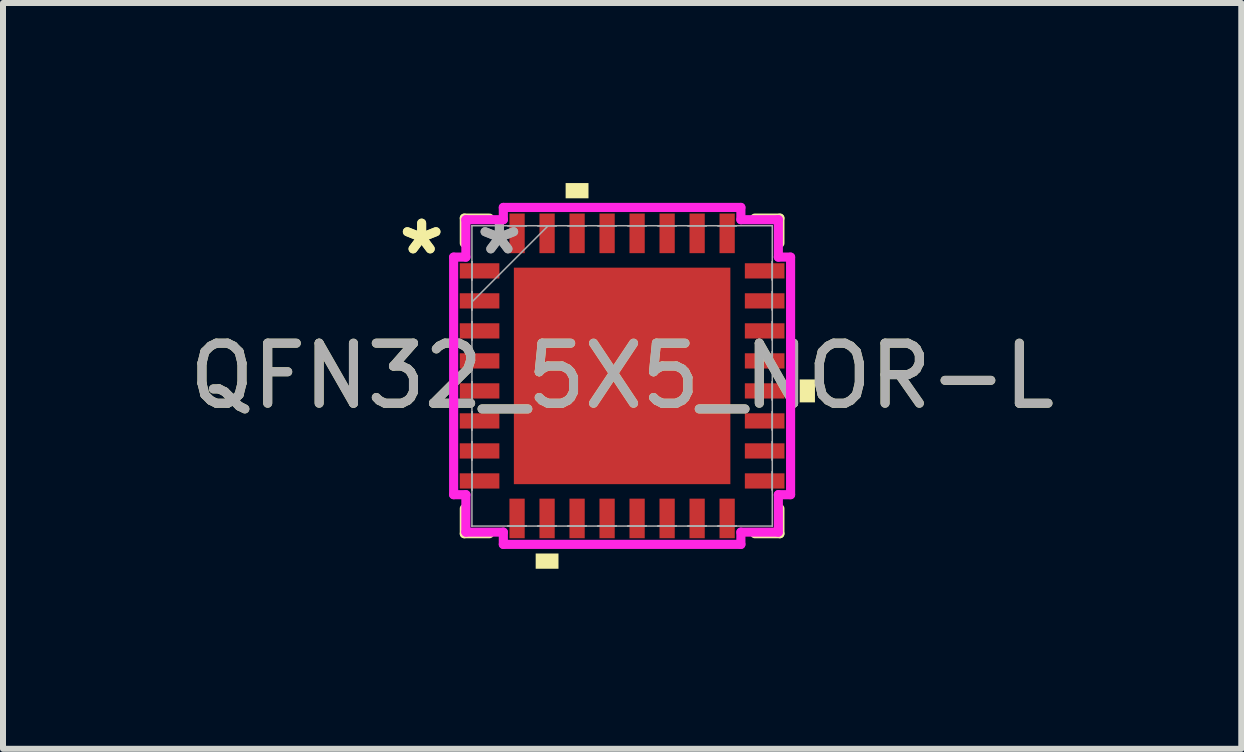
<source format=kicad_pcb>
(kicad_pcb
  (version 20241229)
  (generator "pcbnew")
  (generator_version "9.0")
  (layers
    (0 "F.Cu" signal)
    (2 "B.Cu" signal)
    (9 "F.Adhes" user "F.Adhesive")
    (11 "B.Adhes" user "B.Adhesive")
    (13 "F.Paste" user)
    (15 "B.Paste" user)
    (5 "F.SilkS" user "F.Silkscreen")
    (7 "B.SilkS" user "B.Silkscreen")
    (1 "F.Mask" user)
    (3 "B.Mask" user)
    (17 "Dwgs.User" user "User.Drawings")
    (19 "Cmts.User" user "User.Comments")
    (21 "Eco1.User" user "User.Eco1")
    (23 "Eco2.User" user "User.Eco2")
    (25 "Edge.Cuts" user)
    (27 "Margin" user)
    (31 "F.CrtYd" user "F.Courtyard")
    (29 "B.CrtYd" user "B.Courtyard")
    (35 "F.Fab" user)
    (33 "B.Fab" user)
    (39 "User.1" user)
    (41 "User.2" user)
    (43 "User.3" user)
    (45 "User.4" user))
  (footprint "QFN32_5X5_NOR-L"
    (layer "F.Cu")
    (at 7.315 3.213)
    (property "Reference" "QFN32_5X5_NOR-L" (at 0 0 0) (unlocked yes) (layer "F.SilkS") (effects (font (size 1 1) (thickness 0.15))))
    (attr smd)
    (fp_line (start -2.629 -2.629) (end -2.629 -2.21) (stroke (width 0.152) (type solid)) (layer "F.SilkS"))
    (fp_line (start -2.629 2.21) (end -2.629 2.629) (stroke (width 0.152) (type solid)) (layer "F.SilkS"))
    (fp_line (start -2.629 2.629) (end -2.21 2.629) (stroke (width 0.152) (type solid)) (layer "F.SilkS"))
    (fp_line (start -2.21 -2.629) (end -2.629 -2.629) (stroke (width 0.152) (type solid)) (layer "F.SilkS"))
    (fp_line (start 2.21 2.629) (end 2.629 2.629) (stroke (width 0.152) (type solid)) (layer "F.SilkS"))
    (fp_line (start 2.629 -2.629) (end 2.21 -2.629) (stroke (width 0.152) (type solid)) (layer "F.SilkS"))
    (fp_line (start 2.629 -2.21) (end 2.629 -2.629) (stroke (width 0.152) (type solid)) (layer "F.SilkS"))
    (fp_line (start 2.629 2.629) (end 2.629 2.21) (stroke (width 0.152) (type solid)) (layer "F.SilkS"))
    (fp_poly (pts (xy -1.44 2.959) (xy -1.44 3.213) (xy -1.06 3.213) (xy -1.06 2.959)) (stroke (width 0) (type solid)) (fill yes) (layer "F.SilkS"))
    (fp_poly (pts (xy -0.941 -2.959) (xy -0.941 -3.213) (xy -0.56 -3.213) (xy -0.56 -2.959)) (stroke (width 0) (type solid)) (fill yes) (layer "F.SilkS"))
    (fp_poly (pts (xy 3.213 0.059) (xy 3.213 0.441) (xy 2.959 0.441) (xy 2.959 0.059)) (stroke (width 0) (type solid)) (fill yes) (layer "F.SilkS"))
    (fp_poly (pts (xy -1.703 -1.703) (xy -1.703 -0.1) (xy -0.1 -0.1) (xy -0.1 -1.703)) (stroke (width 0) (type solid)) (fill yes) (layer "F.Paste"))
    (fp_poly (pts (xy -1.703 0.1) (xy -1.703 1.703) (xy -0.1 1.703) (xy -0.1 0.1)) (stroke (width 0) (type solid)) (fill yes) (layer "F.Paste"))
    (fp_poly (pts (xy 0.1 -1.703) (xy 0.1 -0.1) (xy 1.703 -0.1) (xy 1.703 -1.703)) (stroke (width 0) (type solid)) (fill yes) (layer "F.Paste"))
    (fp_poly (pts (xy 0.1 0.1) (xy 0.1 1.703) (xy 1.703 1.703) (xy 1.703 0.1)) (stroke (width 0) (type solid)) (fill yes) (layer "F.Paste"))
    (fp_line (start -2.807 -1.979) (end -2.603 -1.979) (stroke (width 0.152) (type solid)) (layer "F.CrtYd"))
    (fp_line (start -2.807 1.979) (end -2.807 -1.979) (stroke (width 0.152) (type solid)) (layer "F.CrtYd"))
    (fp_line (start -2.603 -2.603) (end -1.979 -2.603) (stroke (width 0.152) (type solid)) (layer "F.CrtYd"))
    (fp_line (start -2.603 -1.979) (end -2.603 -2.603) (stroke (width 0.152) (type solid)) (layer "F.CrtYd"))
    (fp_line (start -2.603 1.979) (end -2.807 1.979) (stroke (width 0.152) (type solid)) (layer "F.CrtYd"))
    (fp_line (start -2.603 2.603) (end -2.603 1.979) (stroke (width 0.152) (type solid)) (layer "F.CrtYd"))
    (fp_line (start -1.979 -2.807) (end 1.979 -2.807) (stroke (width 0.152) (type solid)) (layer "F.CrtYd"))
    (fp_line (start -1.979 -2.603) (end -1.979 -2.807) (stroke (width 0.152) (type solid)) (layer "F.CrtYd"))
    (fp_line (start -1.979 2.603) (end -2.603 2.603) (stroke (width 0.152) (type solid)) (layer "F.CrtYd"))
    (fp_line (start -1.979 2.807) (end -1.979 2.603) (stroke (width 0.152) (type solid)) (layer "F.CrtYd"))
    (fp_line (start 1.979 -2.807) (end 1.979 -2.603) (stroke (width 0.152) (type solid)) (layer "F.CrtYd"))
    (fp_line (start 1.979 -2.603) (end 2.603 -2.603) (stroke (width 0.152) (type solid)) (layer "F.CrtYd"))
    (fp_line (start 1.979 2.603) (end 1.979 2.807) (stroke (width 0.152) (type solid)) (layer "F.CrtYd"))
    (fp_line (start 1.979 2.807) (end -1.979 2.807) (stroke (width 0.152) (type solid)) (layer "F.CrtYd"))
    (fp_line (start 2.603 -2.603) (end 2.603 -1.979) (stroke (width 0.152) (type solid)) (layer "F.CrtYd"))
    (fp_line (start 2.603 -1.979) (end 2.807 -1.979) (stroke (width 0.152) (type solid)) (layer "F.CrtYd"))
    (fp_line (start 2.603 1.979) (end 2.603 2.603) (stroke (width 0.152) (type solid)) (layer "F.CrtYd"))
    (fp_line (start 2.603 2.603) (end 1.979 2.603) (stroke (width 0.152) (type solid)) (layer "F.CrtYd"))
    (fp_line (start 2.807 -1.979) (end 2.807 1.979) (stroke (width 0.152) (type solid)) (layer "F.CrtYd"))
    (fp_line (start 2.807 1.979) (end 2.603 1.979) (stroke (width 0.152) (type solid)) (layer "F.CrtYd"))
    (fp_line (start -2.502 -2.502) (end -2.502 -2.502) (stroke (width 0.025) (type solid)) (layer "F.Fab"))
    (fp_line (start -2.502 -2.502) (end -2.502 2.502) (stroke (width 0.025) (type solid)) (layer "F.Fab"))
    (fp_line (start -2.502 -1.902) (end -2.502 -1.902) (stroke (width 0.025) (type solid)) (layer "F.Fab"))
    (fp_line (start -2.502 -1.902) (end -2.502 -1.598) (stroke (width 0.025) (type solid)) (layer "F.Fab"))
    (fp_line (start -2.502 -1.598) (end -2.502 -1.902) (stroke (width 0.025) (type solid)) (layer "F.Fab"))
    (fp_line (start -2.502 -1.598) (end -2.502 -1.598) (stroke (width 0.025) (type solid)) (layer "F.Fab"))
    (fp_line (start -2.502 -1.402) (end -2.502 -1.402) (stroke (width 0.025) (type solid)) (layer "F.Fab"))
    (fp_line (start -2.502 -1.402) (end -2.502 -1.098) (stroke (width 0.025) (type solid)) (layer "F.Fab"))
    (fp_line (start -2.502 -1.232) (end -1.232 -2.502) (stroke (width 0.025) (type solid)) (layer "F.Fab"))
    (fp_line (start -2.502 -1.098) (end -2.502 -1.402) (stroke (width 0.025) (type solid)) (layer "F.Fab"))
    (fp_line (start -2.502 -1.098) (end -2.502 -1.098) (stroke (width 0.025) (type solid)) (layer "F.Fab"))
    (fp_line (start -2.502 -0.902) (end -2.502 -0.902) (stroke (width 0.025) (type solid)) (layer "F.Fab"))
    (fp_line (start -2.502 -0.902) (end -2.502 -0.598) (stroke (width 0.025) (type solid)) (layer "F.Fab"))
    (fp_line (start -2.502 -0.598) (end -2.502 -0.902) (stroke (width 0.025) (type solid)) (layer "F.Fab"))
    (fp_line (start -2.502 -0.598) (end -2.502 -0.598) (stroke (width 0.025) (type solid)) (layer "F.Fab"))
    (fp_line (start -2.502 -0.402) (end -2.502 -0.402) (stroke (width 0.025) (type solid)) (layer "F.Fab"))
    (fp_line (start -2.502 -0.402) (end -2.502 -0.098) (stroke (width 0.025) (type solid)) (layer "F.Fab"))
    (fp_line (start -2.502 -0.098) (end -2.502 -0.402) (stroke (width 0.025) (type solid)) (layer "F.Fab"))
    (fp_line (start -2.502 -0.098) (end -2.502 -0.098) (stroke (width 0.025) (type solid)) (layer "F.Fab"))
    (fp_line (start -2.502 0.098) (end -2.502 0.098) (stroke (width 0.025) (type solid)) (layer "F.Fab"))
    (fp_line (start -2.502 0.098) (end -2.502 0.402) (stroke (width 0.025) (type solid)) (layer "F.Fab"))
    (fp_line (start -2.502 0.402) (end -2.502 0.098) (stroke (width 0.025) (type solid)) (layer "F.Fab"))
    (fp_line (start -2.502 0.402) (end -2.502 0.402) (stroke (width 0.025) (type solid)) (layer "F.Fab"))
    (fp_line (start -2.502 0.598) (end -2.502 0.598) (stroke (width 0.025) (type solid)) (layer "F.Fab"))
    (fp_line (start -2.502 0.598) (end -2.502 0.902) (stroke (width 0.025) (type solid)) (layer "F.Fab"))
    (fp_line (start -2.502 0.902) (end -2.502 0.598) (stroke (width 0.025) (type solid)) (layer "F.Fab"))
    (fp_line (start -2.502 0.902) (end -2.502 0.902) (stroke (width 0.025) (type solid)) (layer "F.Fab"))
    (fp_line (start -2.502 1.098) (end -2.502 1.098) (stroke (width 0.025) (type solid)) (layer "F.Fab"))
    (fp_line (start -2.502 1.098) (end -2.502 1.402) (stroke (width 0.025) (type solid)) (layer "F.Fab"))
    (fp_line (start -2.502 1.402) (end -2.502 1.098) (stroke (width 0.025) (type solid)) (layer "F.Fab"))
    (fp_line (start -2.502 1.402) (end -2.502 1.402) (stroke (width 0.025) (type solid)) (layer "F.Fab"))
    (fp_line (start -2.502 1.598) (end -2.502 1.598) (stroke (width 0.025) (type solid)) (layer "F.Fab"))
    (fp_line (start -2.502 1.598) (end -2.502 1.902) (stroke (width 0.025) (type solid)) (layer "F.Fab"))
    (fp_line (start -2.502 1.902) (end -2.502 1.598) (stroke (width 0.025) (type solid)) (layer "F.Fab"))
    (fp_line (start -2.502 1.902) (end -2.502 1.902) (stroke (width 0.025) (type solid)) (layer "F.Fab"))
    (fp_line (start -2.502 2.502) (end -2.502 2.502) (stroke (width 0.025) (type solid)) (layer "F.Fab"))
    (fp_line (start -2.502 2.502) (end 2.502 2.502) (stroke (width 0.025) (type solid)) (layer "F.Fab"))
    (fp_line (start -1.902 -2.502) (end -1.902 -2.502) (stroke (width 0.025) (type solid)) (layer "F.Fab"))
    (fp_line (start -1.902 -2.502) (end -1.598 -2.502) (stroke (width 0.025) (type solid)) (layer "F.Fab"))
    (fp_line (start -1.902 2.502) (end -1.902 2.502) (stroke (width 0.025) (type solid)) (layer "F.Fab"))
    (fp_line (start -1.902 2.502) (end -1.598 2.502) (stroke (width 0.025) (type solid)) (layer "F.Fab"))
    (fp_line (start -1.598 -2.502) (end -1.902 -2.502) (stroke (width 0.025) (type solid)) (layer "F.Fab"))
    (fp_line (start -1.598 -2.502) (end -1.598 -2.502) (stroke (width 0.025) (type solid)) (layer "F.Fab"))
    (fp_line (start -1.598 2.502) (end -1.902 2.502) (stroke (width 0.025) (type solid)) (layer "F.Fab"))
    (fp_line (start -1.598 2.502) (end -1.598 2.502) (stroke (width 0.025) (type solid)) (layer "F.Fab"))
    (fp_line (start -1.402 -2.502) (end -1.402 -2.502) (stroke (width 0.025) (type solid)) (layer "F.Fab"))
    (fp_line (start -1.402 -2.502) (end -1.098 -2.502) (stroke (width 0.025) (type solid)) (layer "F.Fab"))
    (fp_line (start -1.402 2.502) (end -1.402 2.502) (stroke (width 0.025) (type solid)) (layer "F.Fab"))
    (fp_line (start -1.402 2.502) (end -1.098 2.502) (stroke (width 0.025) (type solid)) (layer "F.Fab"))
    (fp_line (start -1.098 -2.502) (end -1.402 -2.502) (stroke (width 0.025) (type solid)) (layer "F.Fab"))
    (fp_line (start -1.098 -2.502) (end -1.098 -2.502) (stroke (width 0.025) (type solid)) (layer "F.Fab"))
    (fp_line (start -1.098 2.502) (end -1.402 2.502) (stroke (width 0.025) (type solid)) (layer "F.Fab"))
    (fp_line (start -1.098 2.502) (end -1.098 2.502) (stroke (width 0.025) (type solid)) (layer "F.Fab"))
    (fp_line (start -0.902 -2.502) (end -0.902 -2.502) (stroke (width 0.025) (type solid)) (layer "F.Fab"))
    (fp_line (start -0.902 -2.502) (end -0.598 -2.502) (stroke (width 0.025) (type solid)) (layer "F.Fab"))
    (fp_line (start -0.902 2.502) (end -0.902 2.502) (stroke (width 0.025) (type solid)) (layer "F.Fab"))
    (fp_line (start -0.902 2.502) (end -0.598 2.502) (stroke (width 0.025) (type solid)) (layer "F.Fab"))
    (fp_line (start -0.598 -2.502) (end -0.902 -2.502) (stroke (width 0.025) (type solid)) (layer "F.Fab"))
    (fp_line (start -0.598 -2.502) (end -0.598 -2.502) (stroke (width 0.025) (type solid)) (layer "F.Fab"))
    (fp_line (start -0.598 2.502) (end -0.902 2.502) (stroke (width 0.025) (type solid)) (layer "F.Fab"))
    (fp_line (start -0.598 2.502) (end -0.598 2.502) (stroke (width 0.025) (type solid)) (layer "F.Fab"))
    (fp_line (start -0.402 -2.502) (end -0.402 -2.502) (stroke (width 0.025) (type solid)) (layer "F.Fab"))
    (fp_line (start -0.402 -2.502) (end -0.098 -2.502) (stroke (width 0.025) (type solid)) (layer "F.Fab"))
    (fp_line (start -0.402 2.502) (end -0.402 2.502) (stroke (width 0.025) (type solid)) (layer "F.Fab"))
    (fp_line (start -0.402 2.502) (end -0.098 2.502) (stroke (width 0.025) (type solid)) (layer "F.Fab"))
    (fp_line (start -0.098 -2.502) (end -0.402 -2.502) (stroke (width 0.025) (type solid)) (layer "F.Fab"))
    (fp_line (start -0.098 -2.502) (end -0.098 -2.502) (stroke (width 0.025) (type solid)) (layer "F.Fab"))
    (fp_line (start -0.098 2.502) (end -0.402 2.502) (stroke (width 0.025) (type solid)) (layer "F.Fab"))
    (fp_line (start -0.098 2.502) (end -0.098 2.502) (stroke (width 0.025) (type solid)) (layer "F.Fab"))
    (fp_line (start 0.098 -2.502) (end 0.098 -2.502) (stroke (width 0.025) (type solid)) (layer "F.Fab"))
    (fp_line (start 0.098 -2.502) (end 0.402 -2.502) (stroke (width 0.025) (type solid)) (layer "F.Fab"))
    (fp_line (start 0.098 2.502) (end 0.098 2.502) (stroke (width 0.025) (type solid)) (layer "F.Fab"))
    (fp_line (start 0.098 2.502) (end 0.402 2.502) (stroke (width 0.025) (type solid)) (layer "F.Fab"))
    (fp_line (start 0.402 -2.502) (end 0.098 -2.502) (stroke (width 0.025) (type solid)) (layer "F.Fab"))
    (fp_line (start 0.402 -2.502) (end 0.402 -2.502) (stroke (width 0.025) (type solid)) (layer "F.Fab"))
    (fp_line (start 0.402 2.502) (end 0.098 2.502) (stroke (width 0.025) (type solid)) (layer "F.Fab"))
    (fp_line (start 0.402 2.502) (end 0.402 2.502) (stroke (width 0.025) (type solid)) (layer "F.Fab"))
    (fp_line (start 0.598 -2.502) (end 0.598 -2.502) (stroke (width 0.025) (type solid)) (layer "F.Fab"))
    (fp_line (start 0.598 -2.502) (end 0.902 -2.502) (stroke (width 0.025) (type solid)) (layer "F.Fab"))
    (fp_line (start 0.598 2.502) (end 0.598 2.502) (stroke (width 0.025) (type solid)) (layer "F.Fab"))
    (fp_line (start 0.598 2.502) (end 0.902 2.502) (stroke (width 0.025) (type solid)) (layer "F.Fab"))
    (fp_line (start 0.902 -2.502) (end 0.598 -2.502) (stroke (width 0.025) (type solid)) (layer "F.Fab"))
    (fp_line (start 0.902 -2.502) (end 0.902 -2.502) (stroke (width 0.025) (type solid)) (layer "F.Fab"))
    (fp_line (start 0.902 2.502) (end 0.598 2.502) (stroke (width 0.025) (type solid)) (layer "F.Fab"))
    (fp_line (start 0.902 2.502) (end 0.902 2.502) (stroke (width 0.025) (type solid)) (layer "F.Fab"))
    (fp_line (start 1.098 -2.502) (end 1.098 -2.502) (stroke (width 0.025) (type solid)) (layer "F.Fab"))
    (fp_line (start 1.098 -2.502) (end 1.402 -2.502) (stroke (width 0.025) (type solid)) (layer "F.Fab"))
    (fp_line (start 1.098 2.502) (end 1.098 2.502) (stroke (width 0.025) (type solid)) (layer "F.Fab"))
    (fp_line (start 1.098 2.502) (end 1.402 2.502) (stroke (width 0.025) (type solid)) (layer "F.Fab"))
    (fp_line (start 1.402 -2.502) (end 1.098 -2.502) (stroke (width 0.025) (type solid)) (layer "F.Fab"))
    (fp_line (start 1.402 -2.502) (end 1.402 -2.502) (stroke (width 0.025) (type solid)) (layer "F.Fab"))
    (fp_line (start 1.402 2.502) (end 1.098 2.502) (stroke (width 0.025) (type solid)) (layer "F.Fab"))
    (fp_line (start 1.402 2.502) (end 1.402 2.502) (stroke (width 0.025) (type solid)) (layer "F.Fab"))
    (fp_line (start 1.598 -2.502) (end 1.598 -2.502) (stroke (width 0.025) (type solid)) (layer "F.Fab"))
    (fp_line (start 1.598 -2.502) (end 1.902 -2.502) (stroke (width 0.025) (type solid)) (layer "F.Fab"))
    (fp_line (start 1.598 2.502) (end 1.598 2.502) (stroke (width 0.025) (type solid)) (layer "F.Fab"))
    (fp_line (start 1.598 2.502) (end 1.902 2.502) (stroke (width 0.025) (type solid)) (layer "F.Fab"))
    (fp_line (start 1.902 -2.502) (end 1.598 -2.502) (stroke (width 0.025) (type solid)) (layer "F.Fab"))
    (fp_line (start 1.902 -2.502) (end 1.902 -2.502) (stroke (width 0.025) (type solid)) (layer "F.Fab"))
    (fp_line (start 1.902 2.502) (end 1.598 2.502) (stroke (width 0.025) (type solid)) (layer "F.Fab"))
    (fp_line (start 1.902 2.502) (end 1.902 2.502) (stroke (width 0.025) (type solid)) (layer "F.Fab"))
    (fp_line (start 2.502 -2.502) (end -2.502 -2.502) (stroke (width 0.025) (type solid)) (layer "F.Fab"))
    (fp_line (start 2.502 -2.502) (end 2.502 -2.502) (stroke (width 0.025) (type solid)) (layer "F.Fab"))
    (fp_line (start 2.502 -1.902) (end 2.502 -1.902) (stroke (width 0.025) (type solid)) (layer "F.Fab"))
    (fp_line (start 2.502 -1.902) (end 2.502 -1.598) (stroke (width 0.025) (type solid)) (layer "F.Fab"))
    (fp_line (start 2.502 -1.598) (end 2.502 -1.902) (stroke (width 0.025) (type solid)) (layer "F.Fab"))
    (fp_line (start 2.502 -1.598) (end 2.502 -1.598) (stroke (width 0.025) (type solid)) (layer "F.Fab"))
    (fp_line (start 2.502 -1.402) (end 2.502 -1.402) (stroke (width 0.025) (type solid)) (layer "F.Fab"))
    (fp_line (start 2.502 -1.402) (end 2.502 -1.098) (stroke (width 0.025) (type solid)) (layer "F.Fab"))
    (fp_line (start 2.502 -1.098) (end 2.502 -1.402) (stroke (width 0.025) (type solid)) (layer "F.Fab"))
    (fp_line (start 2.502 -1.098) (end 2.502 -1.098) (stroke (width 0.025) (type solid)) (layer "F.Fab"))
    (fp_line (start 2.502 -0.902) (end 2.502 -0.902) (stroke (width 0.025) (type solid)) (layer "F.Fab"))
    (fp_line (start 2.502 -0.902) (end 2.502 -0.598) (stroke (width 0.025) (type solid)) (layer "F.Fab"))
    (fp_line (start 2.502 -0.598) (end 2.502 -0.902) (stroke (width 0.025) (type solid)) (layer "F.Fab"))
    (fp_line (start 2.502 -0.598) (end 2.502 -0.598) (stroke (width 0.025) (type solid)) (layer "F.Fab"))
    (fp_line (start 2.502 -0.402) (end 2.502 -0.402) (stroke (width 0.025) (type solid)) (layer "F.Fab"))
    (fp_line (start 2.502 -0.402) (end 2.502 -0.098) (stroke (width 0.025) (type solid)) (layer "F.Fab"))
    (fp_line (start 2.502 -0.098) (end 2.502 -0.402) (stroke (width 0.025) (type solid)) (layer "F.Fab"))
    (fp_line (start 2.502 -0.098) (end 2.502 -0.098) (stroke (width 0.025) (type solid)) (layer "F.Fab"))
    (fp_line (start 2.502 0.098) (end 2.502 0.098) (stroke (width 0.025) (type solid)) (layer "F.Fab"))
    (fp_line (start 2.502 0.098) (end 2.502 0.402) (stroke (width 0.025) (type solid)) (layer "F.Fab"))
    (fp_line (start 2.502 0.402) (end 2.502 0.098) (stroke (width 0.025) (type solid)) (layer "F.Fab"))
    (fp_line (start 2.502 0.402) (end 2.502 0.402) (stroke (width 0.025) (type solid)) (layer "F.Fab"))
    (fp_line (start 2.502 0.598) (end 2.502 0.598) (stroke (width 0.025) (type solid)) (layer "F.Fab"))
    (fp_line (start 2.502 0.598) (end 2.502 0.902) (stroke (width 0.025) (type solid)) (layer "F.Fab"))
    (fp_line (start 2.502 0.902) (end 2.502 0.598) (stroke (width 0.025) (type solid)) (layer "F.Fab"))
    (fp_line (start 2.502 0.902) (end 2.502 0.902) (stroke (width 0.025) (type solid)) (layer "F.Fab"))
    (fp_line (start 2.502 1.098) (end 2.502 1.098) (stroke (width 0.025) (type solid)) (layer "F.Fab"))
    (fp_line (start 2.502 1.098) (end 2.502 1.402) (stroke (width 0.025) (type solid)) (layer "F.Fab"))
    (fp_line (start 2.502 1.402) (end 2.502 1.098) (stroke (width 0.025) (type solid)) (layer "F.Fab"))
    (fp_line (start 2.502 1.402) (end 2.502 1.402) (stroke (width 0.025) (type solid)) (layer "F.Fab"))
    (fp_line (start 2.502 1.598) (end 2.502 1.598) (stroke (width 0.025) (type solid)) (layer "F.Fab"))
    (fp_line (start 2.502 1.598) (end 2.502 1.902) (stroke (width 0.025) (type solid)) (layer "F.Fab"))
    (fp_line (start 2.502 1.902) (end 2.502 1.598) (stroke (width 0.025) (type solid)) (layer "F.Fab"))
    (fp_line (start 2.502 1.902) (end 2.502 1.902) (stroke (width 0.025) (type solid)) (layer "F.Fab"))
    (fp_line (start 2.502 2.502) (end 2.502 -2.502) (stroke (width 0.025) (type solid)) (layer "F.Fab"))
    (fp_line (start 2.502 2.502) (end 2.502 2.502) (stroke (width 0.025) (type solid)) (layer "F.Fab"))
    (fp_text user "*" (at -3.34 -2 0) (layer "F.SilkS") (effects (font (size 1 1) (thickness 0.15))))
    (fp_text user "*" (at -3.34 -2 0) (unlocked yes) (layer "F.SilkS") (effects (font (size 1 1) (thickness 0.15))))
    (fp_text user "*" (at -2.045 -2 0) (unlocked yes) (layer "F.Fab") (effects (font (size 1 1) (thickness 0.15))))
    (fp_text user "*" (at -2.045 -2 0) (layer "F.Fab") (effects (font (size 1 1) (thickness 0.15))))
    (fp_text user "${REFERENCE}" (at 0 0 0) (unlocked yes) (layer "F.Fab") (effects (font (size 1 1) (thickness 0.15))))
    (pad "1" smd rect (at -2.375 -1.75 90) (size 0.254 0.66) (layers "F.Cu" "F.Mask" "F.Paste"))
    (pad "2" smd rect (at -2.375 -1.25 90) (size 0.254 0.66) (layers "F.Cu" "F.Mask" "F.Paste"))
    (pad "3" smd rect (at -2.375 -0.75 90) (size 0.254 0.66) (layers "F.Cu" "F.Mask" "F.Paste"))
    (pad "4" smd rect (at -2.375 -0.25 90) (size 0.254 0.66) (layers "F.Cu" "F.Mask" "F.Paste"))
    (pad "5" smd rect (at -2.375 0.25 90) (size 0.254 0.66) (layers "F.Cu" "F.Mask" "F.Paste"))
    (pad "6" smd rect (at -2.375 0.75 90) (size 0.254 0.66) (layers "F.Cu" "F.Mask" "F.Paste"))
    (pad "7" smd rect (at -2.375 1.25 90) (size 0.254 0.66) (layers "F.Cu" "F.Mask" "F.Paste"))
    (pad "8" smd rect (at -2.375 1.75 90) (size 0.254 0.66) (layers "F.Cu" "F.Mask" "F.Paste"))
    (pad "9" smd rect (at -1.75 2.375) (size 0.254 0.66) (layers "F.Cu" "F.Mask" "F.Paste"))
    (pad "10" smd rect (at -1.25 2.375) (size 0.254 0.66) (layers "F.Cu" "F.Mask" "F.Paste"))
    (pad "11" smd rect (at -0.75 2.375) (size 0.254 0.66) (layers "F.Cu" "F.Mask" "F.Paste"))
    (pad "12" smd rect (at -0.25 2.375) (size 0.254 0.66) (layers "F.Cu" "F.Mask" "F.Paste"))
    (pad "13" smd rect (at 0.25 2.375) (size 0.254 0.66) (layers "F.Cu" "F.Mask" "F.Paste"))
    (pad "14" smd rect (at 0.75 2.375) (size 0.254 0.66) (layers "F.Cu" "F.Mask" "F.Paste"))
    (pad "15" smd rect (at 1.25 2.375) (size 0.254 0.66) (layers "F.Cu" "F.Mask" "F.Paste"))
    (pad "16" smd rect (at 1.75 2.375) (size 0.254 0.66) (layers "F.Cu" "F.Mask" "F.Paste"))
    (pad "17" smd rect (at 2.375 1.75 90) (size 0.254 0.66) (layers "F.Cu" "F.Mask" "F.Paste"))
    (pad "18" smd rect (at 2.375 1.25 90) (size 0.254 0.66) (layers "F.Cu" "F.Mask" "F.Paste"))
    (pad "19" smd rect (at 2.375 0.75 90) (size 0.254 0.66) (layers "F.Cu" "F.Mask" "F.Paste"))
    (pad "20" smd rect (at 2.375 0.25 90) (size 0.254 0.66) (layers "F.Cu" "F.Mask" "F.Paste"))
    (pad "21" smd rect (at 2.375 -0.25 90) (size 0.254 0.66) (layers "F.Cu" "F.Mask" "F.Paste"))
    (pad "22" smd rect (at 2.375 -0.75 90) (size 0.254 0.66) (layers "F.Cu" "F.Mask" "F.Paste"))
    (pad "23" smd rect (at 2.375 -1.25 90) (size 0.254 0.66) (layers "F.Cu" "F.Mask" "F.Paste"))
    (pad "24" smd rect (at 2.375 -1.75 90) (size 0.254 0.66) (layers "F.Cu" "F.Mask" "F.Paste"))
    (pad "25" smd rect (at 1.75 -2.375) (size 0.254 0.66) (layers "F.Cu" "F.Mask" "F.Paste"))
    (pad "26" smd rect (at 1.25 -2.375) (size 0.254 0.66) (layers "F.Cu" "F.Mask" "F.Paste"))
    (pad "27" smd rect (at 0.75 -2.375) (size 0.254 0.66) (layers "F.Cu" "F.Mask" "F.Paste"))
    (pad "28" smd rect (at 0.25 -2.375) (size 0.254 0.66) (layers "F.Cu" "F.Mask" "F.Paste"))
    (pad "29" smd rect (at -0.25 -2.375) (size 0.254 0.66) (layers "F.Cu" "F.Mask" "F.Paste"))
    (pad "30" smd rect (at -0.75 -2.375) (size 0.254 0.66) (layers "F.Cu" "F.Mask" "F.Paste"))
    (pad "31" smd rect (at -1.25 -2.375) (size 0.254 0.66) (layers "F.Cu" "F.Mask" "F.Paste"))
    (pad "32" smd rect (at -1.75 -2.375) (size 0.254 0.66) (layers "F.Cu" "F.Mask" "F.Paste"))
    (pad "33" smd rect (at 0 0) (size 3.607 3.607) (layers "F.Cu" "F.Mask" "F.Paste")))
  (gr_rect
    (start -3 -3)
    (end 17.631 9.426)
    (stroke (width 0.1) (type default))
    (fill no)
    (layer "Edge.Cuts")))
</source>
